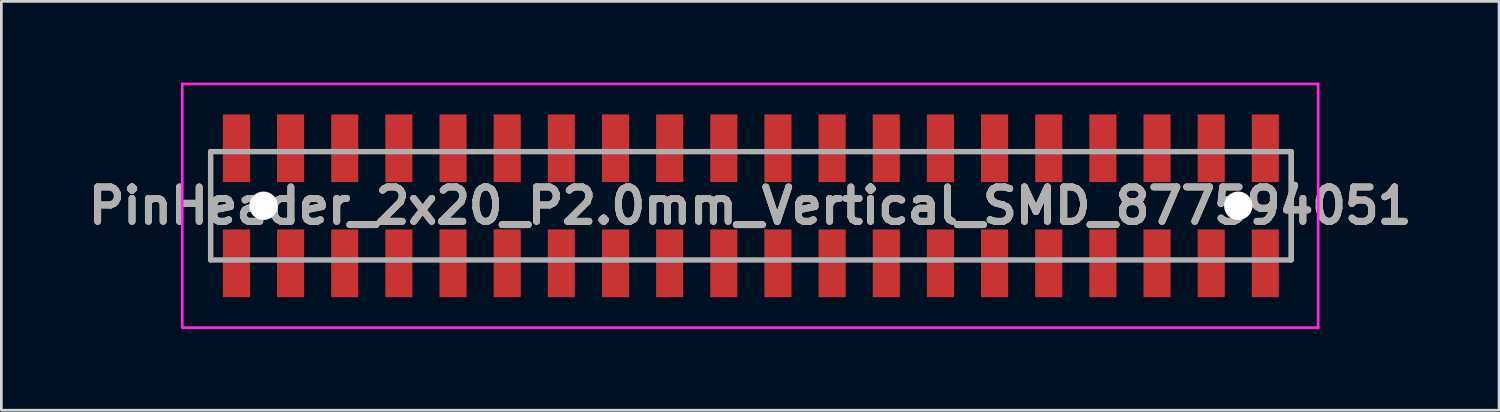
<source format=kicad_pcb>
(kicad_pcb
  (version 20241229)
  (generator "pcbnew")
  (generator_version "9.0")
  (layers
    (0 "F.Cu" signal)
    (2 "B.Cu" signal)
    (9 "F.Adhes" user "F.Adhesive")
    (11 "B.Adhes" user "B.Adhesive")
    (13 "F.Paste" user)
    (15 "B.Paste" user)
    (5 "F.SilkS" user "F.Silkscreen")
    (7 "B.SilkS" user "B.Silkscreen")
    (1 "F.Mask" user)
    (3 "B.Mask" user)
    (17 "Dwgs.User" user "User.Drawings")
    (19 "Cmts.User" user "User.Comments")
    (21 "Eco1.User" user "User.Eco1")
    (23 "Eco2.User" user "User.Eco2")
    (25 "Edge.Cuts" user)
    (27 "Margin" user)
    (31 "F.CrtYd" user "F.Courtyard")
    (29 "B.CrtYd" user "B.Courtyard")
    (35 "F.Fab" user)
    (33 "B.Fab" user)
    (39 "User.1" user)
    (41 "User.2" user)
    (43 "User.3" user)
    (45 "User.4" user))
  (footprint "PinHeader_2x20_P2.0mm_Vertical_SMD_877594051"
    (layer "F.Cu")
    (at 24.681 4.55)
    (property "Reference" "PinHeader_2x20_P2.0mm_Vertical_SMD_877594051" (at -0.025 0 0) (layer "F.SilkS") (effects (font (size 1.27 1.27) (thickness 0.254))))
    (attr through_hole)
    (fp_line (start -20 -2) (end -20 2) (stroke (width 0.1) (type solid)) (layer "F.SilkS"))
    (fp_line (start 20 -2) (end 20 2) (stroke (width 0.1) (type solid)) (layer "F.SilkS"))
    (fp_line (start -21 -4.5) (end 20.95 -4.5) (stroke (width 0.1) (type solid)) (layer "F.CrtYd"))
    (fp_line (start -21 4.5) (end -21 -4.5) (stroke (width 0.1) (type solid)) (layer "F.CrtYd"))
    (fp_line (start 20.95 -4.5) (end 20.95 4.5) (stroke (width 0.1) (type solid)) (layer "F.CrtYd"))
    (fp_line (start 20.95 4.5) (end -21 4.5) (stroke (width 0.1) (type solid)) (layer "F.CrtYd"))
    (fp_line (start -19.95 -2) (end 19.95 -2) (stroke (width 0.2) (type solid)) (layer "F.Fab"))
    (fp_line (start -19.95 2) (end -19.95 -2) (stroke (width 0.2) (type solid)) (layer "F.Fab"))
    (fp_line (start 19.95 -2) (end 19.95 2) (stroke (width 0.2) (type solid)) (layer "F.Fab"))
    (fp_line (start 19.95 2) (end -19.95 2) (stroke (width 0.2) (type solid)) (layer "F.Fab"))
    (fp_text user "${REFERENCE}" (at -0.025 0 0) (layer "F.Fab") (effects (font (size 1.27 1.27) (thickness 0.254))))
    (pad "" np_thru_hole circle (at -18 0) (size 1.05 1.05) (drill 1.05) (layers "*.Cu" "*.Mask"))
    (pad "" np_thru_hole circle (at 18 0) (size 1.05 1.05) (drill 1.05) (layers "*.Cu" "*.Mask"))
    (pad "1" smd rect (at -19 2.125) (size 1 2.5) (layers "F.Cu" "F.Mask" "F.Paste"))
    (pad "2" smd rect (at -19 -2.125) (size 1 2.5) (layers "F.Cu" "F.Mask" "F.Paste"))
    (pad "3" smd rect (at -17 2.125) (size 1 2.5) (layers "F.Cu" "F.Mask" "F.Paste"))
    (pad "4" smd rect (at -17 -2.125) (size 1 2.5) (layers "F.Cu" "F.Mask" "F.Paste"))
    (pad "5" smd rect (at -15 2.125) (size 1 2.5) (layers "F.Cu" "F.Mask" "F.Paste"))
    (pad "6" smd rect (at -15 -2.125) (size 1 2.5) (layers "F.Cu" "F.Mask" "F.Paste"))
    (pad "7" smd rect (at -13 2.125) (size 1 2.5) (layers "F.Cu" "F.Mask" "F.Paste"))
    (pad "8" smd rect (at -13 -2.125) (size 1 2.5) (layers "F.Cu" "F.Mask" "F.Paste"))
    (pad "9" smd rect (at -11 2.125) (size 1 2.5) (layers "F.Cu" "F.Mask" "F.Paste"))
    (pad "10" smd rect (at -11 -2.125) (size 1 2.5) (layers "F.Cu" "F.Mask" "F.Paste"))
    (pad "11" smd rect (at -9 2.125) (size 1 2.5) (layers "F.Cu" "F.Mask" "F.Paste"))
    (pad "12" smd rect (at -9 -2.125) (size 1 2.5) (layers "F.Cu" "F.Mask" "F.Paste"))
    (pad "13" smd rect (at -7 2.125) (size 1 2.5) (layers "F.Cu" "F.Mask" "F.Paste"))
    (pad "14" smd rect (at -7 -2.125) (size 1 2.5) (layers "F.Cu" "F.Mask" "F.Paste"))
    (pad "15" smd rect (at -5 2.125) (size 1 2.5) (layers "F.Cu" "F.Mask" "F.Paste"))
    (pad "16" smd rect (at -5 -2.125) (size 1 2.5) (layers "F.Cu" "F.Mask" "F.Paste"))
    (pad "17" smd rect (at -3 2.125) (size 1 2.5) (layers "F.Cu" "F.Mask" "F.Paste"))
    (pad "18" smd rect (at -3 -2.125) (size 1 2.5) (layers "F.Cu" "F.Mask" "F.Paste"))
    (pad "19" smd rect (at -1 2.125) (size 1 2.5) (layers "F.Cu" "F.Mask" "F.Paste"))
    (pad "20" smd rect (at -1 -2.125) (size 1 2.5) (layers "F.Cu" "F.Mask" "F.Paste"))
    (pad "21" smd rect (at 1 2.125) (size 1 2.5) (layers "F.Cu" "F.Mask" "F.Paste"))
    (pad "22" smd rect (at 1 -2.125) (size 1 2.5) (layers "F.Cu" "F.Mask" "F.Paste"))
    (pad "23" smd rect (at 3 2.125) (size 1 2.5) (layers "F.Cu" "F.Mask" "F.Paste"))
    (pad "24" smd rect (at 3 -2.125) (size 1 2.5) (layers "F.Cu" "F.Mask" "F.Paste"))
    (pad "25" smd rect (at 5 2.125) (size 1 2.5) (layers "F.Cu" "F.Mask" "F.Paste"))
    (pad "26" smd rect (at 5 -2.125) (size 1 2.5) (layers "F.Cu" "F.Mask" "F.Paste"))
    (pad "27" smd rect (at 7 2.125) (size 1 2.5) (layers "F.Cu" "F.Mask" "F.Paste"))
    (pad "28" smd rect (at 7 -2.125) (size 1 2.5) (layers "F.Cu" "F.Mask" "F.Paste"))
    (pad "29" smd rect (at 9 2.125) (size 1 2.5) (layers "F.Cu" "F.Mask" "F.Paste"))
    (pad "30" smd rect (at 9 -2.125) (size 1 2.5) (layers "F.Cu" "F.Mask" "F.Paste"))
    (pad "31" smd rect (at 11 2.125) (size 1 2.5) (layers "F.Cu" "F.Mask" "F.Paste"))
    (pad "32" smd rect (at 11 -2.125) (size 1 2.5) (layers "F.Cu" "F.Mask" "F.Paste"))
    (pad "33" smd rect (at 13 2.125) (size 1 2.5) (layers "F.Cu" "F.Mask" "F.Paste"))
    (pad "34" smd rect (at 13 -2.125) (size 1 2.5) (layers "F.Cu" "F.Mask" "F.Paste"))
    (pad "35" smd rect (at 15 2.125) (size 1 2.5) (layers "F.Cu" "F.Mask" "F.Paste"))
    (pad "36" smd rect (at 15 -2.125) (size 1 2.5) (layers "F.Cu" "F.Mask" "F.Paste"))
    (pad "37" smd rect (at 17 2.125) (size 1 2.5) (layers "F.Cu" "F.Mask" "F.Paste"))
    (pad "38" smd rect (at 17 -2.125) (size 1 2.5) (layers "F.Cu" "F.Mask" "F.Paste"))
    (pad "39" smd rect (at 19 2.125) (size 1 2.5) (layers "F.Cu" "F.Mask" "F.Paste"))
    (pad "40" smd rect (at 19 -2.125) (size 1 2.5) (layers "F.Cu" "F.Mask" "F.Paste")))
  (gr_rect
    (start -3 -3)
    (end 52.312 12.1)
    (stroke (width 0.1) (type default))
    (fill no)
    (layer "Edge.Cuts")))
</source>
